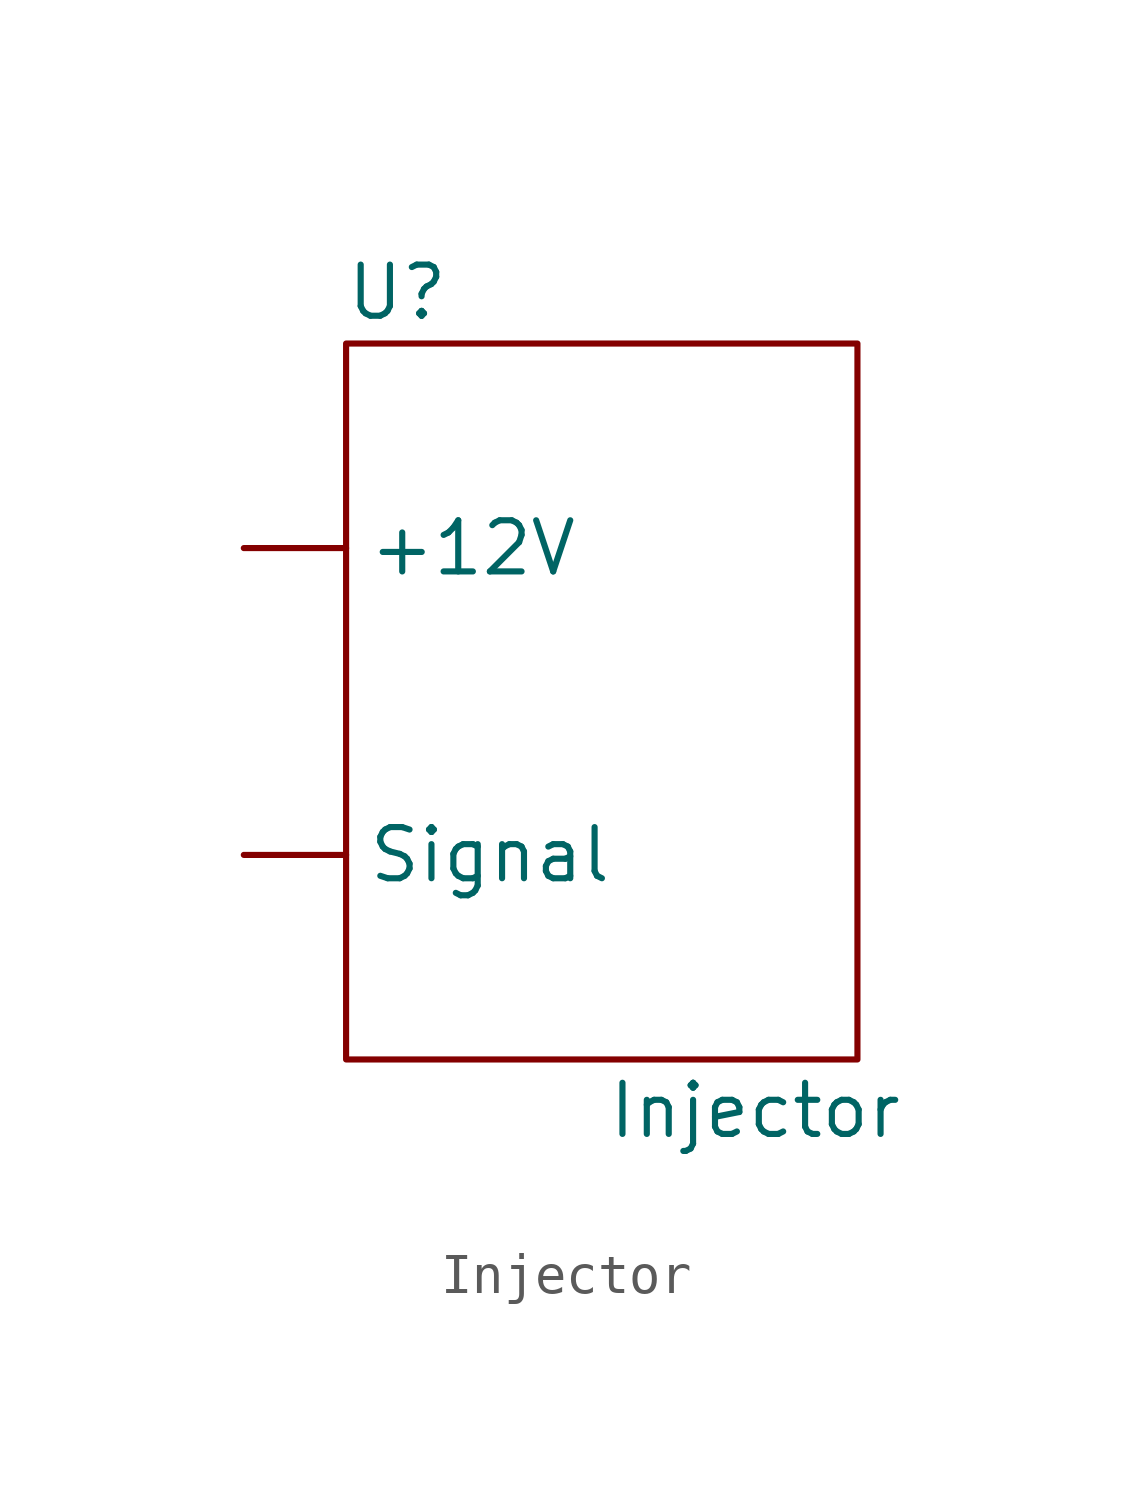
<source format=kicad_sym>
(kicad_symbol_lib
  (version 20211014)
  (generator kicad_symbol_editor)
  (symbol "Injector"
    (property "Reference" "U"
      (at -5.08 10.16 0)
      (effects (font (size 1.27 1.27))))
    (property "Value" "Injector"
      (at 3.81 -10.16 0)
      (effects (font (size 1.27 1.27))))
    (symbol "Injector_0_1"
      (rectangle (start 6.35 -8.89) (end -6.35 8.89) (stroke (width 0) (type default) (color 0 0 0 0)) (fill (type none))))
    (symbol "Injector_1_1"
      (pin output line (at -8.89 3.81 0) (length 2.54) (name "+12V" (effects (font (size 1.27 1.27)))) (number "" (effects (font (size 1.27 1.27)))))
      (pin output line (at -8.89 -3.81 0) (length 2.54) (name "Signal" (effects (font (size 1.27 1.27)))) (number "" (effects (font (size 1.27 1.27))))))))
</source>
